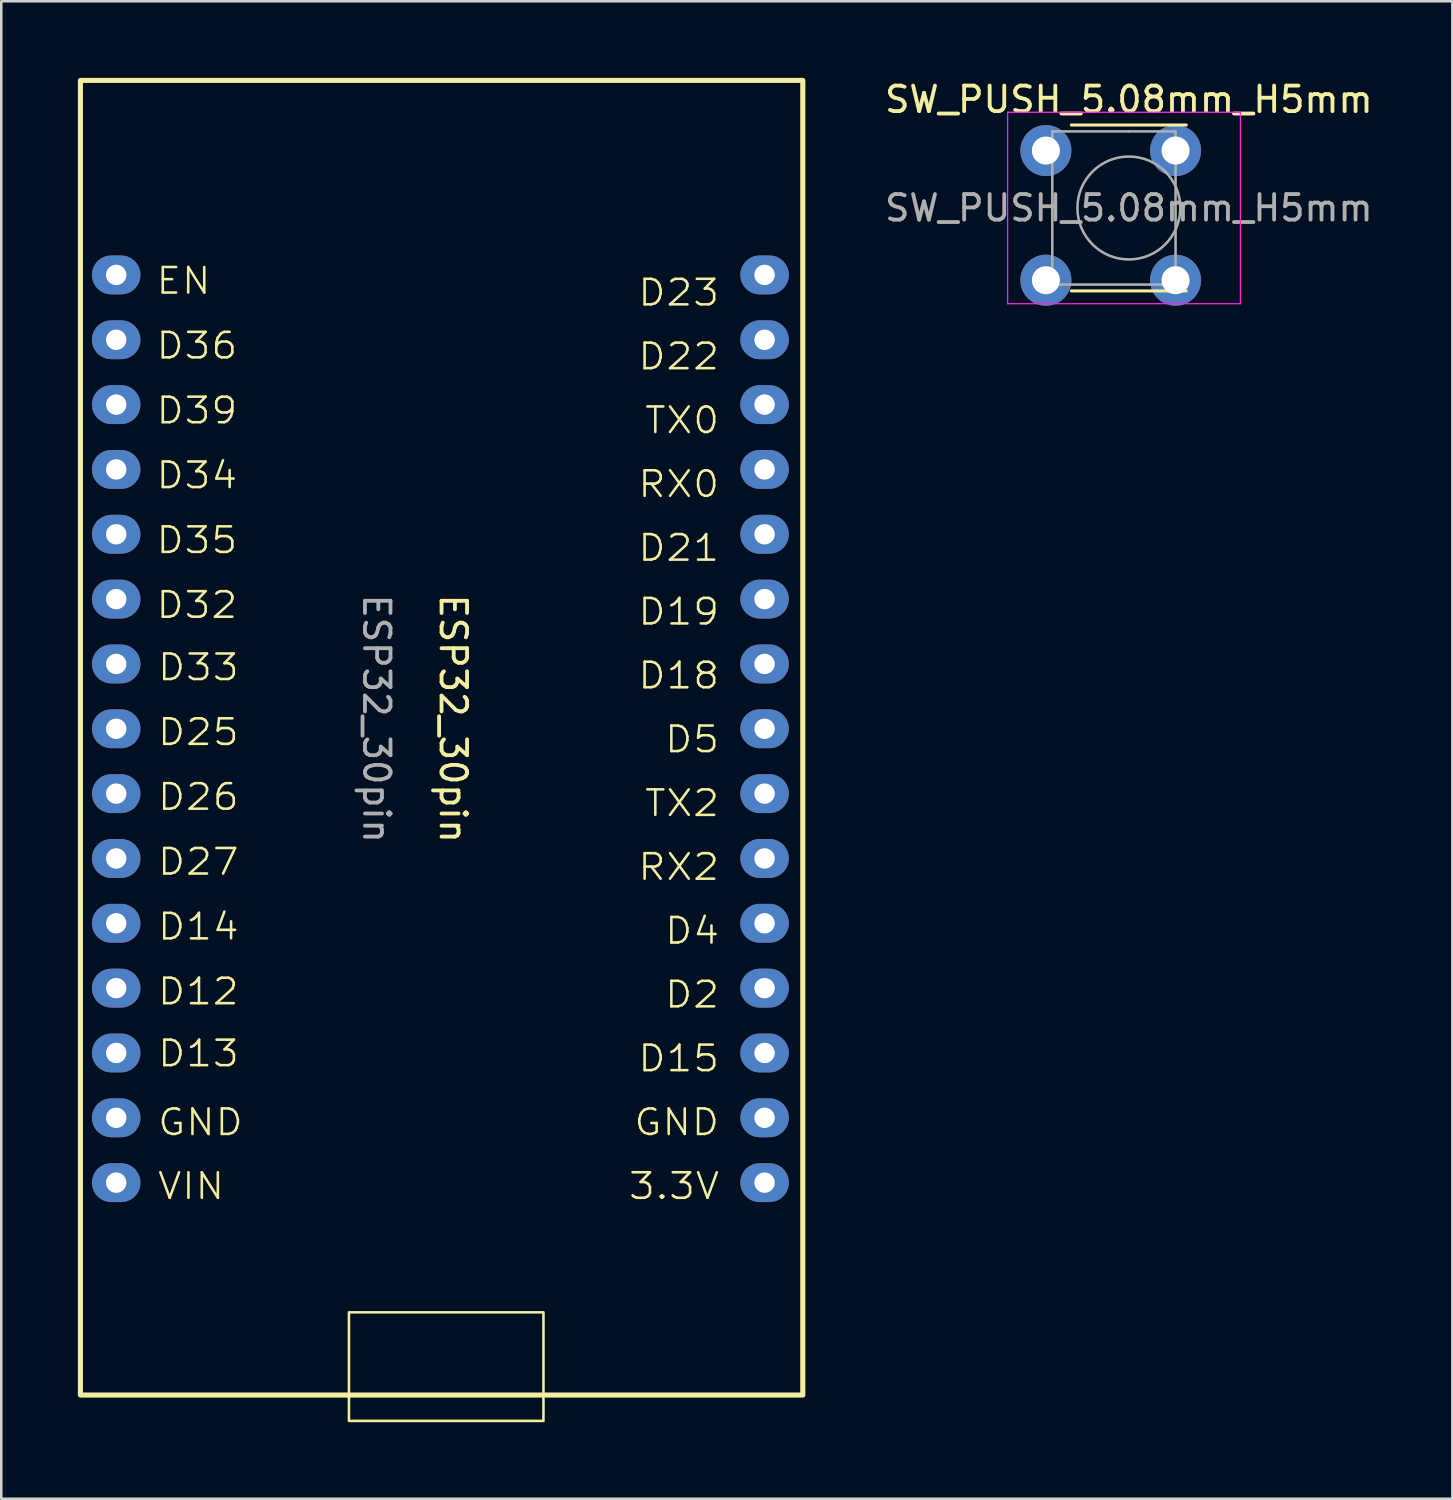
<source format=kicad_pcb>
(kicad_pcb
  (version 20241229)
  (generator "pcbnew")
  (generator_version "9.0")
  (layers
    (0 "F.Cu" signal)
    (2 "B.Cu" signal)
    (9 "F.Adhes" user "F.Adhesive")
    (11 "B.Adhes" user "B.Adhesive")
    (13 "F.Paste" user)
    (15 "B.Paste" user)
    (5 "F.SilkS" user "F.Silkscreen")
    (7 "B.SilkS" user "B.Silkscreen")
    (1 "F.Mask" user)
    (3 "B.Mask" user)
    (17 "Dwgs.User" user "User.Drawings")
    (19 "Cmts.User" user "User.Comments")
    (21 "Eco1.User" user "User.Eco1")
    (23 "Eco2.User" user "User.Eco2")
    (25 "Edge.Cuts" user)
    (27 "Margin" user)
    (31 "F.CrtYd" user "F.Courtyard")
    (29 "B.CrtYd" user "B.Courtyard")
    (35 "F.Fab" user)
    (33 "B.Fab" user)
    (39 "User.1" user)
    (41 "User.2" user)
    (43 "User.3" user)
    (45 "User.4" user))
  (footprint "SW_PUSH_5.08mm_H5mm"
    (layer "F.Cu")
    (at 37.923 2.848)
    (property "Reference" "SW_PUSH_5.08mm_H5mm" (at 3.25 -2 0) (layer "F.SilkS") (effects (font (size 1 1) (thickness 0.15))))
    (attr through_hole)
    (fp_line (start 1 5.5) (end 5.5 5.5) (stroke (width 0.12) (type solid)) (layer "F.SilkS"))
    (fp_line (start 5.5 -1) (end 1 -1) (stroke (width 0.12) (type solid)) (layer "F.SilkS"))
    (fp_line (start -1.5 -1.5) (end -1.25 -1.5) (stroke (width 0.05) (type solid)) (layer "F.CrtYd"))
    (fp_line (start -1.5 -1.25) (end -1.5 -1.5) (stroke (width 0.05) (type solid)) (layer "F.CrtYd"))
    (fp_line (start -1.5 5.75) (end -1.5 -1.25) (stroke (width 0.05) (type solid)) (layer "F.CrtYd"))
    (fp_line (start -1.5 5.75) (end -1.5 6) (stroke (width 0.05) (type solid)) (layer "F.CrtYd"))
    (fp_line (start -1.5 6) (end -1.25 6) (stroke (width 0.05) (type solid)) (layer "F.CrtYd"))
    (fp_line (start -1.25 -1.5) (end 7.62 -1.5) (stroke (width 0.05) (type solid)) (layer "F.CrtYd"))
    (fp_line (start 7.62 -1.5) (end 7.62 6) (stroke (width 0.05) (type solid)) (layer "F.CrtYd"))
    (fp_line (start 7.62 6) (end -1.25 6) (stroke (width 0.05) (type solid)) (layer "F.CrtYd"))
    (fp_line (start 0.25 -0.75) (end 3.25 -0.75) (stroke (width 0.1) (type solid)) (layer "F.Fab"))
    (fp_line (start 0.25 5.25) (end 0.25 -0.75) (stroke (width 0.1) (type solid)) (layer "F.Fab"))
    (fp_line (start 3.25 -0.75) (end 5.08 -0.75) (stroke (width 0.1) (type solid)) (layer "F.Fab"))
    (fp_line (start 5.08 -0.75) (end 5.08 5.25) (stroke (width 0.1) (type solid)) (layer "F.Fab"))
    (fp_line (start 5.08 5.25) (end 0.25 5.25) (stroke (width 0.1) (type solid)) (layer "F.Fab"))
    (fp_circle (center 3.25 2.25) (end 1.25 2.5) (stroke (width 0.1) (type solid)) (fill no) (layer "F.Fab"))
    (fp_text user "${REFERENCE}" (at 3.25 2.25 0) (layer "F.Fab") (effects (font (size 1 1) (thickness 0.15))))
    (pad "1" thru_hole circle (at 0 0 90) (size 2 2) (drill 1.1) (layers "*.Cu" "*.Mask"))
    (pad "1" thru_hole circle (at 5.08 0 90) (size 2 2) (drill 1.1) (layers "*.Cu" "*.Mask"))
    (pad "2" thru_hole circle (at 0 5.08 90) (size 2 2) (drill 1.1) (layers "*.Cu" "*.Mask"))
    (pad "2" thru_hole circle (at 5.08 5.08 90) (size 2 2) (drill 1.1) (layers "*.Cu" "*.Mask")))
  (footprint "ESP32_30pin"
    (layer "F.Cu")
    (at 14.202 25.5)
    (property "Reference" "ESP32_30pin" (at 0.5 -0.395 270) (unlocked yes) (layer "F.SilkS") (effects (font (size 1 1) (thickness 0.15))))
    (fp_circle (center -11.342 -22.86) (end -11.342 -21.36) (stroke (width 0.1) (type default)) (fill no) (layer "F.Mask"))
    (fp_circle (center -11.342 23.14) (end -11.342 24.64) (stroke (width 0.1) (type default)) (fill no) (layer "F.Mask"))
    (fp_circle (center 11.658 -22.86) (end 11.658 -21.36) (stroke (width 0.1) (type default)) (fill no) (layer "F.Mask"))
    (fp_circle (center 11.658 23.14) (end 11.658 24.64) (stroke (width 0.1) (type default)) (fill no) (layer "F.Mask"))
    (fp_rect (start -14.102 -25.4) (end 14.198 26.1) (stroke (width 0.2) (type default)) (fill no) (layer "F.SilkS"))
    (fp_rect (start -3.582 22.86) (end 4.038 27.114) (stroke (width 0.1) (type default)) (fill no) (layer "F.SilkS"))
    (fp_text user "D2" (at 11 11 0) (unlocked yes) (layer "F.SilkS") (effects (font (size 1 1.1) (thickness 0.1)) (justify right bottom)))
    (fp_text user "D14" (at -11.146 8.337 0) (unlocked yes) (layer "F.SilkS") (effects (font (size 1 1.1) (thickness 0.1)) (justify left bottom)))
    (fp_text user "3.3V" (at 11 18.5 0) (unlocked yes) (layer "F.SilkS") (effects (font (size 1 1.1) (thickness 0.1)) (justify right bottom)))
    (fp_text user "D23" (at 11 -16.5 0) (unlocked yes) (layer "F.SilkS") (effects (font (size 1 1.1) (thickness 0.1)) (justify right bottom)))
    (fp_text user "D22" (at 11 -14 0) (unlocked yes) (layer "F.SilkS") (effects (font (size 1 1.1) (thickness 0.1)) (justify right bottom)))
    (fp_text user "GND" (at -11.141 16 0) (unlocked yes) (layer "F.SilkS") (effects (font (size 1 1.1) (thickness 0.1)) (justify left bottom)))
    (fp_text user "D35" (at -11.202 -6.803 0) (unlocked yes) (layer "F.SilkS") (effects (font (size 1 1.1) (thickness 0.1)) (justify left bottom)))
    (fp_text user "D4" (at 11 8.5 0) (unlocked yes) (layer "F.SilkS") (effects (font (size 1 1.1) (thickness 0.1)) (justify right bottom)))
    (fp_text user "D33" (at -11.146 -1.823 0) (unlocked yes) (layer "F.SilkS") (effects (font (size 1 1.1) (thickness 0.1)) (justify left bottom)))
    (fp_text user "RX2" (at 11 6 0) (unlocked yes) (layer "F.SilkS") (effects (font (size 1 1.1) (thickness 0.1)) (justify right bottom)))
    (fp_text user "D39" (at -11.202 -11.883 0) (unlocked yes) (layer "F.SilkS") (effects (font (size 1 1.1) (thickness 0.1)) (justify left bottom)))
    (fp_text user "D21" (at 11 -6.5 0) (unlocked yes) (layer "F.SilkS") (effects (font (size 1 1.1) (thickness 0.1)) (justify right bottom)))
    (fp_text user "D27" (at -11.146 5.797 0) (unlocked yes) (layer "F.SilkS") (effects (font (size 1 1.1) (thickness 0.1)) (justify left bottom)))
    (fp_text user "D5" (at 11 1 0) (unlocked yes) (layer "F.SilkS") (effects (font (size 1 1.1) (thickness 0.1)) (justify right bottom)))
    (fp_text user "D12" (at -11.146 10.877 0) (unlocked yes) (layer "F.SilkS") (effects (font (size 1 1.1) (thickness 0.1)) (justify left bottom)))
    (fp_text user "TX2" (at 11 3.5 0) (unlocked yes) (layer "F.SilkS") (effects (font (size 1 1.1) (thickness 0.1)) (justify right bottom)))
    (fp_text user "RX0" (at 11 -9 0) (unlocked yes) (layer "F.SilkS") (effects (font (size 1 1.1) (thickness 0.1)) (justify right bottom)))
    (fp_text user "D19" (at 11 -4 0) (unlocked yes) (layer "F.SilkS") (effects (font (size 1 1.1) (thickness 0.1)) (justify right bottom)))
    (fp_text user "D32" (at -11.202 -4.263 0) (unlocked yes) (layer "F.SilkS") (effects (font (size 1 1.1) (thickness 0.1)) (justify left bottom)))
    (fp_text user "D13" (at -11.141 13.305 0) (unlocked yes) (layer "F.SilkS") (effects (font (size 1 1.1) (thickness 0.1)) (justify left bottom)))
    (fp_text user "D36" (at -11.202 -14.423 0) (unlocked yes) (layer "F.SilkS") (effects (font (size 1 1.1) (thickness 0.1)) (justify left bottom)))
    (fp_text user "VIN" (at -11.141 18.5 0) (unlocked yes) (layer "F.SilkS") (effects (font (size 1 1.1) (thickness 0.1)) (justify left bottom)))
    (fp_text user "EN" (at -11.202 -16.963 0) (unlocked yes) (layer "F.SilkS") (effects (font (size 1 1.1) (thickness 0.1)) (justify left bottom)))
    (fp_text user "D25" (at -11.146 0.717 0) (unlocked yes) (layer "F.SilkS") (effects (font (size 1 1.1) (thickness 0.1)) (justify left bottom)))
    (fp_text user "TX0" (at 11 -11.5 0) (unlocked yes) (layer "F.SilkS") (effects (font (size 1 1.1) (thickness 0.1)) (justify right bottom)))
    (fp_text user "D26" (at -11.146 3.257 0) (unlocked yes) (layer "F.SilkS") (effects (font (size 1 1.1) (thickness 0.1)) (justify left bottom)))
    (fp_text user "GND" (at 11 16 0) (unlocked yes) (layer "F.SilkS") (effects (font (size 1 1.1) (thickness 0.1)) (justify right bottom)))
    (fp_text user "D34" (at -11.202 -9.343 0) (unlocked yes) (layer "F.SilkS") (effects (font (size 1 1.1) (thickness 0.1)) (justify left bottom)))
    (fp_text user "D18" (at 11 -1.5 0) (unlocked yes) (layer "F.SilkS") (effects (font (size 1 1.1) (thickness 0.1)) (justify right bottom)))
    (fp_text user "D15" (at 11 13.5 0) (unlocked yes) (layer "F.SilkS") (effects (font (size 1 1.1) (thickness 0.1)) (justify right bottom)))
    (fp_text user "${REFERENCE}" (at -2.5 -0.395 270) (unlocked yes) (layer "F.Fab") (effects (font (size 1 1) (thickness 0.15))))
    (pad "1" thru_hole oval (at -12.7 17.78 270) (size 1.524 1.9) (drill 0.8) (layers "*.Cu" "*.Mask"))
    (pad "2" thru_hole oval (at -12.7 15.24 270) (size 1.524 1.9) (drill 0.8) (layers "*.Cu" "*.Mask"))
    (pad "3" thru_hole oval (at -12.7 12.7 270) (size 1.524 1.9) (drill 0.8) (layers "*.Cu" "*.Mask"))
    (pad "4" thru_hole oval (at -12.7 10.16 270) (size 1.524 1.9) (drill 0.8) (layers "*.Cu" "*.Mask"))
    (pad "5" thru_hole oval (at -12.7 7.62 270) (size 1.524 1.9) (drill 0.8) (layers "*.Cu" "*.Mask"))
    (pad "6" thru_hole oval (at -12.7 5.08 270) (size 1.524 1.9) (drill 0.8) (layers "*.Cu" "*.Mask"))
    (pad "7" thru_hole oval (at -12.7 2.54 270) (size 1.524 1.9) (drill 0.8) (layers "*.Cu" "*.Mask"))
    (pad "8" thru_hole oval (at -12.7 0 270) (size 1.524 1.9) (drill 0.8) (layers "*.Cu" "*.Mask"))
    (pad "9" thru_hole oval (at -12.7 -2.54 270) (size 1.524 1.9) (drill 0.8) (layers "*.Cu" "*.Mask"))
    (pad "10" thru_hole oval (at -12.7 -5.08 270) (size 1.524 1.9) (drill 0.8) (layers "*.Cu" "*.Mask"))
    (pad "11" thru_hole oval (at -12.7 -7.62 270) (size 1.524 1.9) (drill 0.8) (layers "*.Cu" "*.Mask"))
    (pad "12" thru_hole oval (at -12.7 -10.16 270) (size 1.524 1.9) (drill 0.8) (layers "*.Cu" "*.Mask"))
    (pad "13" thru_hole oval (at -12.7 -12.7 270) (size 1.524 1.9) (drill 0.8) (layers "*.Cu" "*.Mask"))
    (pad "14" thru_hole oval (at -12.7 -15.24 270) (size 1.524 1.9) (drill 0.8) (layers "*.Cu" "*.Mask"))
    (pad "15" thru_hole oval (at -12.7 -17.78 270) (size 1.524 1.9) (drill 0.8) (layers "*.Cu" "*.Mask"))
    (pad "16" thru_hole oval (at 12.7 17.78 270) (size 1.524 1.9) (drill 0.8) (layers "*.Cu" "*.Mask"))
    (pad "17" thru_hole oval (at 12.7 15.24 270) (size 1.524 1.9) (drill 0.8) (layers "*.Cu" "*.Mask"))
    (pad "18" thru_hole oval (at 12.7 12.7 270) (size 1.524 1.9) (drill 0.8) (layers "*.Cu" "*.Mask"))
    (pad "19" thru_hole oval (at 12.7 10.16 270) (size 1.524 1.9) (drill 0.8) (layers "*.Cu" "*.Mask"))
    (pad "20" thru_hole oval (at 12.7 7.62 270) (size 1.524 1.9) (drill 0.8) (layers "*.Cu" "*.Mask"))
    (pad "21" thru_hole oval (at 12.7 5.08 270) (size 1.524 1.9) (drill 0.8) (layers "*.Cu" "*.Mask"))
    (pad "22" thru_hole oval (at 12.7 2.54 270) (size 1.524 1.9) (drill 0.8) (layers "*.Cu" "*.Mask"))
    (pad "23" thru_hole oval (at 12.7 0 270) (size 1.524 1.9) (drill 0.8) (layers "*.Cu" "*.Mask"))
    (pad "24" thru_hole oval (at 12.7 -2.54 270) (size 1.524 1.9) (drill 0.8) (layers "*.Cu" "*.Mask"))
    (pad "25" thru_hole oval (at 12.7 -5.08 270) (size 1.524 1.9) (drill 0.8) (layers "*.Cu" "*.Mask"))
    (pad "26" thru_hole oval (at 12.7 -7.62 270) (size 1.524 1.9) (drill 0.8) (layers "*.Cu" "*.Mask"))
    (pad "27" thru_hole oval (at 12.7 -10.16 270) (size 1.524 1.9) (drill 0.8) (layers "*.Cu" "*.Mask"))
    (pad "28" thru_hole oval (at 12.7 -12.7 270) (size 1.524 1.9) (drill 0.8) (layers "*.Cu" "*.Mask"))
    (pad "29" thru_hole oval (at 12.7 -15.24 270) (size 1.524 1.9) (drill 0.8) (layers "*.Cu" "*.Mask"))
    (pad "30" thru_hole oval (at 12.7 -17.78 270) (size 1.524 1.9) (drill 0.8) (layers "*.Cu" "*.Mask")))
  (gr_rect
    (start -3 -3)
    (end 53.845 55.664)
    (stroke (width 0.1) (type default))
    (fill no)
    (layer "Edge.Cuts")))
</source>
